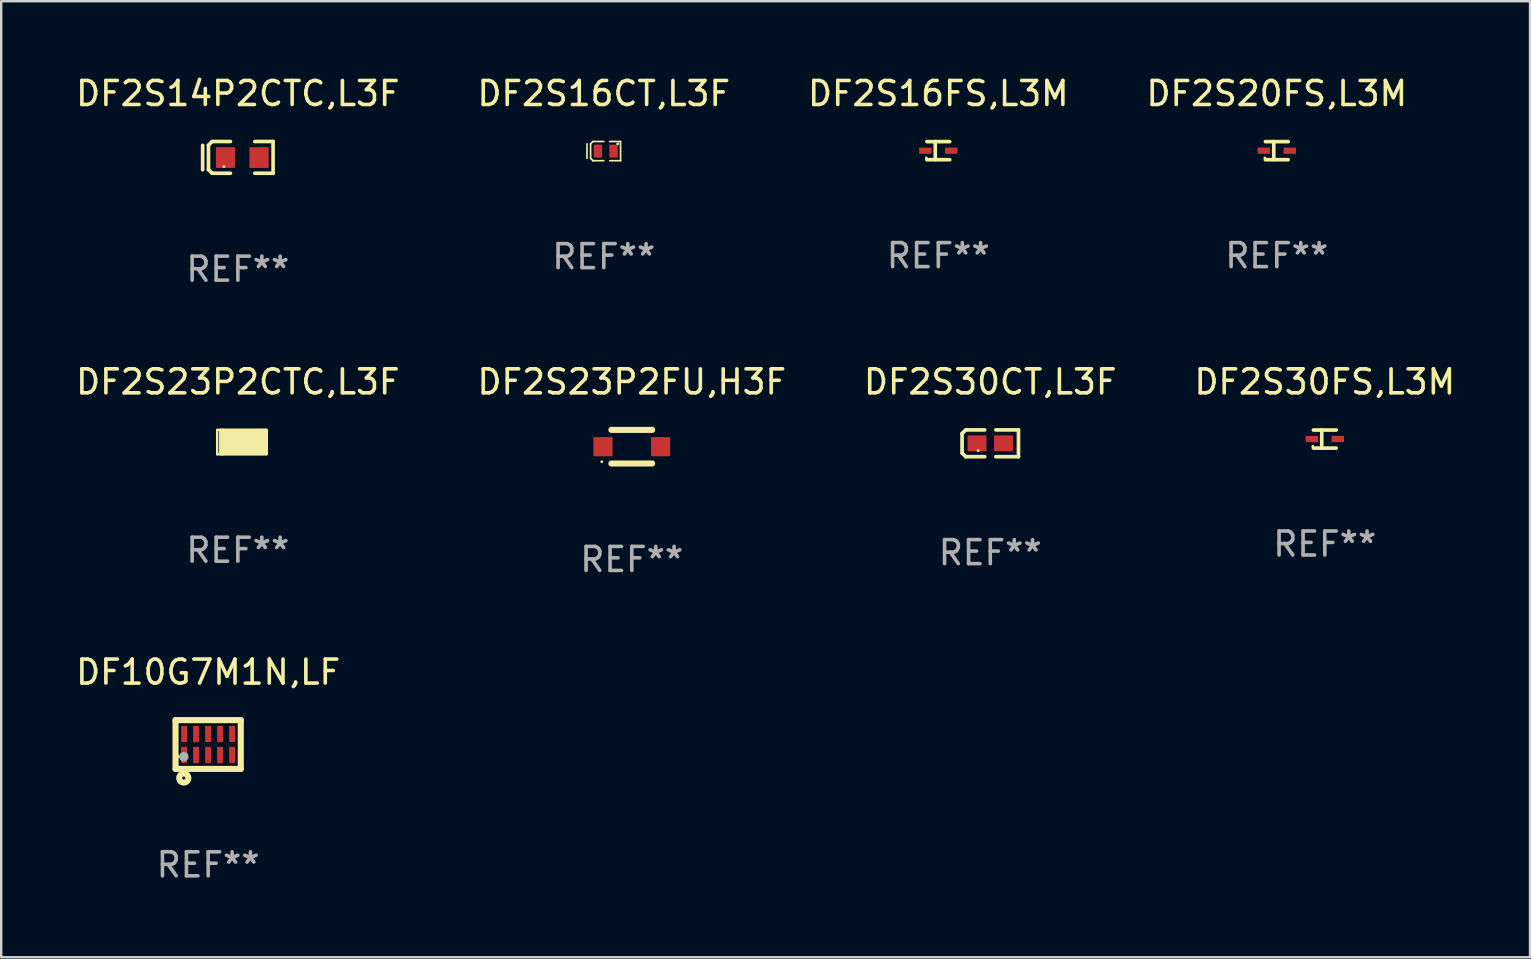
<source format=kicad_pcb>
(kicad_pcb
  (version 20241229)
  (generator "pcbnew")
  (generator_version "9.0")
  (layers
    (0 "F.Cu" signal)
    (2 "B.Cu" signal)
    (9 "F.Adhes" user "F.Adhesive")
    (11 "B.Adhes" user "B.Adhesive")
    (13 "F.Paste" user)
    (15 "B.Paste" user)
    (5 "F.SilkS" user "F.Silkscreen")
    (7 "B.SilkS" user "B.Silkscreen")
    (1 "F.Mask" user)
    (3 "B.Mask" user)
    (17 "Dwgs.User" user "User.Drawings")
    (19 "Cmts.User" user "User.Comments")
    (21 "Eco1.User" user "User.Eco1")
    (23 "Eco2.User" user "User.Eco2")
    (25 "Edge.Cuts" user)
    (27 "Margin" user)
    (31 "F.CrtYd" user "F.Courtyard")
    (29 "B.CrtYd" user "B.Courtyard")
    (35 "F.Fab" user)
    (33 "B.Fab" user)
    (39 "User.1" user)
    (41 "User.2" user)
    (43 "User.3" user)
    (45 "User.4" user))
  (footprint "DF2S23P2FU,H3F"
    (layer "F.Cu")
    (at 23.28 15.566)
    (property "Reference" "DF2S23P2FU,H3F" (at 0 -2.7 0) (layer "F.SilkS") (effects (font (size 1 1) (thickness 0.15))))
    (attr through_hole)
    (fp_line (start -0.85 -0.7) (end 0.85 -0.7) (stroke (width 0.254) (type solid)) (layer "F.SilkS"))
    (fp_line (start -0.85 0.7) (end 0.85 0.7) (stroke (width 0.254) (type solid)) (layer "F.SilkS"))
    (fp_circle (center -1.25 0.625) (end -1.22 0.625) (stroke (width 0.06) (type solid)) (fill no) (layer "F.SilkS"))
    (fp_text user "REF**" (at 0 4.7 0) (layer "F.Fab") (effects (font (size 1 1) (thickness 0.15))))
    (pad "1" smd rect (at -1.2 0) (size 0.8 0.8) (layers "F.Cu" "F.Mask" "F.Paste"))
    (pad "2" smd rect (at 1.2 0) (size 0.8 0.8) (layers "F.Cu" "F.Mask" "F.Paste")))
  (footprint "DF2S14P2CTC,L3F"
    (layer "F.Cu")
    (at 6.863 3.509)
    (property "Reference" "DF2S14P2CTC,L3F" (at 0 -2.661 0) (layer "F.SilkS") (effects (font (size 1 1) (thickness 0.15))))
    (attr through_hole)
    (fp_line (start -1.468 -0.501) (end -1.468 0.515) (stroke (width 0.152) (type solid)) (layer "F.SilkS"))
    (fp_line (start -1.225 -0.508) (end -1.072 -0.661) (stroke (width 0.152) (type solid)) (layer "F.SilkS"))
    (fp_line (start -1.225 0.508) (end -1.225 -0.508) (stroke (width 0.152) (type solid)) (layer "F.SilkS"))
    (fp_line (start -1.072 -0.661) (end -0.31 -0.661) (stroke (width 0.152) (type solid)) (layer "F.SilkS"))
    (fp_line (start -1.072 0.661) (end -1.225 0.508) (stroke (width 0.152) (type solid)) (layer "F.SilkS"))
    (fp_line (start -1.072 0.661) (end -0.31 0.661) (stroke (width 0.152) (type solid)) (layer "F.SilkS"))
    (fp_line (start 1.468 -0.661) (end 0.706 -0.661) (stroke (width 0.152) (type solid)) (layer "F.SilkS"))
    (fp_line (start 1.468 -0.661) (end 1.468 0.661) (stroke (width 0.152) (type solid)) (layer "F.SilkS"))
    (fp_line (start 1.468 0.661) (end 0.706 0.661) (stroke (width 0.152) (type solid)) (layer "F.SilkS"))
    (fp_circle (center -0.579 0.388) (end -0.549 0.388) (stroke (width 0.06) (type solid)) (fill no) (layer "F.SilkS"))
    (fp_text user "REF**" (at 0 4.661 0) (layer "F.Fab") (effects (font (size 1 1) (thickness 0.15))))
    (pad "1" smd rect (at -0.517 0.007) (size 0.8 0.864) (layers "F.Cu" "F.Mask" "F.Paste"))
    (pad "2" smd rect (at 0.883 0.007) (size 0.8 0.864) (layers "F.Cu" "F.Mask" "F.Paste")))
  (footprint "DF2S20FS,L3M"
    (layer "F.Cu")
    (at 50.161 3.227)
    (property "Reference" "DF2S20FS,L3M" (at 0 -2.379 0) (layer "F.SilkS") (effects (font (size 1 1) (thickness 0.15))))
    (attr through_hole)
    (fp_line (start -0.476 -0.374) (end 0.476 -0.374) (stroke (width 0.152) (type solid)) (layer "F.SilkS"))
    (fp_line (start -0.476 0.379) (end 0.476 0.379) (stroke (width 0.152) (type solid)) (layer "F.SilkS"))
    (fp_line (start -0.127 -0.379) (end -0.127 0.374) (stroke (width 0.152) (type solid)) (layer "F.SilkS"))
    (fp_circle (center -0.5 0.302) (end -0.47 0.302) (stroke (width 0.06) (type solid)) (fill no) (layer "F.SilkS"))
    (fp_text user "REF**" (at 0 4.379 0) (layer "F.Fab") (effects (font (size 1 1) (thickness 0.15))))
    (pad "1" smd rect (at -0.54 0.002 180) (size 0.52 0.26) (layers "F.Cu" "F.Mask" "F.Paste"))
    (pad "2" smd rect (at 0.54 0.002 180) (size 0.52 0.26) (layers "F.Cu" "F.Mask" "F.Paste")))
  (footprint "DF2S16CT,L3F"
    (layer "F.Cu")
    (at 22.113 3.248)
    (property "Reference" "DF2S16CT,L3F" (at 0 -2.4 0) (layer "F.SilkS") (effects (font (size 1 1) (thickness 0.15))))
    (attr through_hole)
    (fp_line (start -0.7 -0.3) (end -0.7 0.3) (stroke (width 0.07) (type solid)) (layer "F.SilkS"))
    (fp_line (start -0.55 -0.301) (end -0.55 0.299) (stroke (width 0.07) (type solid)) (layer "F.SilkS"))
    (fp_line (start -0.451 -0.4) (end -0.55 -0.301) (stroke (width 0.07) (type solid)) (layer "F.SilkS"))
    (fp_line (start -0.45 0.399) (end -0.55 0.299) (stroke (width 0.07) (type solid)) (layer "F.SilkS"))
    (fp_line (start -0.45 0.4) (end -0.45 0.399) (stroke (width 0.07) (type solid)) (layer "F.SilkS"))
    (fp_line (start 0.000038 0.4) (end -0.45 0.4) (stroke (width 0.07) (type solid)) (layer "F.SilkS"))
    (fp_line (start 0.001 -0.4) (end -0.451 -0.4) (stroke (width 0.07) (type solid)) (layer "F.SilkS"))
    (fp_line (start 0.699 -0.4) (end 0.25 -0.4) (stroke (width 0.07) (type solid)) (layer "F.SilkS"))
    (fp_line (start 0.7 0.4) (end 0.25 0.4) (stroke (width 0.07) (type solid)) (layer "F.SilkS"))
    (fp_line (start 0.7 0.4) (end 0.699 -0.4) (stroke (width 0.07) (type solid)) (layer "F.SilkS"))
    (fp_circle (center 0.58 -0.3) (end 0.61 -0.3) (stroke (width 0.06) (type solid)) (fill no) (layer "F.SilkS"))
    (fp_text user "REF**" (at 0 4.4 0) (layer "F.Fab") (effects (font (size 1 1) (thickness 0.15))))
    (pad "1" smd rect (at 0.405 -0.000368 180) (size 0.349 0.54) (layers "F.Cu" "F.Mask" "F.Paste"))
    (pad "2" smd rect (at -0.245 -0.000368 180) (size 0.349 0.54) (layers "F.Cu" "F.Mask" "F.Paste")))
  (footprint "DF2S16FS,L3M"
    (layer "F.Cu")
    (at 36.054 3.227)
    (property "Reference" "DF2S16FS,L3M" (at 0 -2.379 0) (layer "F.SilkS") (effects (font (size 1 1) (thickness 0.15))))
    (attr through_hole)
    (fp_line (start -0.476 -0.374) (end 0.476 -0.374) (stroke (width 0.152) (type solid)) (layer "F.SilkS"))
    (fp_line (start -0.476 0.379) (end 0.476 0.379) (stroke (width 0.152) (type solid)) (layer "F.SilkS"))
    (fp_line (start -0.127 -0.379) (end -0.127 0.374) (stroke (width 0.152) (type solid)) (layer "F.SilkS"))
    (fp_circle (center -0.5 0.302) (end -0.47 0.302) (stroke (width 0.06) (type solid)) (fill no) (layer "F.SilkS"))
    (fp_text user "REF**" (at 0 4.379 0) (layer "F.Fab") (effects (font (size 1 1) (thickness 0.15))))
    (pad "1" smd rect (at -0.54 0.002 180) (size 0.52 0.26) (layers "F.Cu" "F.Mask" "F.Paste"))
    (pad "2" smd rect (at 0.54 0.002 180) (size 0.52 0.26) (layers "F.Cu" "F.Mask" "F.Paste")))
  (footprint "DF10G7M1N,LF"
    (layer "F.Cu")
    (at 5.625 27.978)
    (property "Reference" "DF10G7M1N,LF" (at 0 -3.016 0) (layer "F.SilkS") (effects (font (size 1 1) (thickness 0.15))))
    (attr through_hole)
    (fp_line (start -1.36 1.016) (end 1.36 1.016) (stroke (width 0.254) (type solid)) (layer "F.SilkS"))
    (fp_line (start -1.36 -1.016) (end -1.36 1.016) (stroke (width 0.254) (type solid)) (layer "F.SilkS"))
    (fp_line (start -1.36 -1.016) (end 1.36 -1.016) (stroke (width 0.254) (type solid)) (layer "F.SilkS"))
    (fp_line (start 1.36 -1.016) (end 1.36 1.016) (stroke (width 0.254) (type solid)) (layer "F.SilkS"))
    (fp_circle (center -1.25 0.5) (end -1.22 0.5) (stroke (width 0.06) (type solid)) (fill no) (layer "F.SilkS"))
    (fp_circle (center -1.016 1.397) (end -0.953 1.397) (stroke (width 0.254) (type solid)) (fill no) (layer "F.SilkS"))
    (fp_circle (center -1.016 0.508) (end -0.916 0.508) (stroke (width 0.2) (type solid)) (fill no) (layer "F.Fab"))
    (fp_text user "REF**" (at 0 5.016 0) (layer "F.Fab") (effects (font (size 1 1) (thickness 0.15))))
    (pad "1" smd rect (at -1 0.435) (size 0.25 0.68) (layers "F.Cu" "F.Mask" "F.Paste"))
    (pad "2" smd rect (at -0.5 0.435) (size 0.25 0.68) (layers "F.Cu" "F.Mask" "F.Paste"))
    (pad "3" smd rect (at 0 0.435) (size 0.25 0.68) (layers "F.Cu" "F.Mask" "F.Paste"))
    (pad "4" smd rect (at 0.5 0.435) (size 0.25 0.68) (layers "F.Cu" "F.Mask" "F.Paste"))
    (pad "5" smd rect (at 1 0.435) (size 0.25 0.68) (layers "F.Cu" "F.Mask" "F.Paste"))
    (pad "6" smd rect (at 1 -0.435) (size 0.25 0.68) (layers "F.Cu" "F.Mask" "F.Paste"))
    (pad "7" smd rect (at 0.5 -0.435) (size 0.25 0.68) (layers "F.Cu" "F.Mask" "F.Paste"))
    (pad "8" smd rect (at 0 -0.435) (size 0.25 0.68) (layers "F.Cu" "F.Mask" "F.Paste"))
    (pad "9" smd rect (at -0.5 -0.435) (size 0.25 0.68) (layers "F.Cu" "F.Mask" "F.Paste"))
    (pad "10" smd rect (at -1 -0.435) (size 0.25 0.68) (layers "F.Cu" "F.Mask" "F.Paste")))
  (footprint "DF2S30CT,L3F"
    (layer "F.Cu")
    (at 38.22 15.425)
    (property "Reference" "DF2S30CT,L3F" (at 0 -2.559 0) (layer "F.SilkS") (effects (font (size 1 1) (thickness 0.15))))
    (attr through_hole)
    (fp_line (start -1.175 -0.407) (end -1.023 -0.559) (stroke (width 0.152) (type solid)) (layer "F.SilkS"))
    (fp_line (start -1.175 0.407) (end -1.175 -0.407) (stroke (width 0.152) (type solid)) (layer "F.SilkS"))
    (fp_line (start -1.023 -0.559) (end -0.232 -0.559) (stroke (width 0.152) (type solid)) (layer "F.SilkS"))
    (fp_line (start -1.023 0.559) (end -1.175 0.407) (stroke (width 0.152) (type solid)) (layer "F.SilkS"))
    (fp_line (start -0.232 0.559) (end -1.023 0.559) (stroke (width 0.152) (type solid)) (layer "F.SilkS"))
    (fp_line (start 0.232 0.559) (end 1.175 0.559) (stroke (width 0.152) (type solid)) (layer "F.SilkS"))
    (fp_line (start 1.175 -0.559) (end 0.232 -0.559) (stroke (width 0.152) (type solid)) (layer "F.SilkS"))
    (fp_line (start 1.175 0.559) (end 1.175 -0.559) (stroke (width 0.152) (type solid)) (layer "F.SilkS"))
    (fp_circle (center -0.506 0.306) (end -0.476 0.306) (stroke (width 0.06) (type solid)) (fill no) (layer "F.SilkS"))
    (fp_text user "REF**" (at 0 4.559 0) (layer "F.Fab") (effects (font (size 1 1) (thickness 0.15))))
    (pad "1" smd rect (at -0.551 0) (size 0.79 0.661) (layers "F.Cu" "F.Mask" "F.Paste"))
    (pad "2" smd rect (at 0.551 0) (size 0.79 0.661) (layers "F.Cu" "F.Mask" "F.Paste")))
  (footprint "DF2S30FS,L3M"
    (layer "F.Cu")
    (at 52.161 15.245)
    (property "Reference" "DF2S30FS,L3M" (at 0 -2.379 0) (layer "F.SilkS") (effects (font (size 1 1) (thickness 0.15))))
    (attr through_hole)
    (fp_line (start -0.476 -0.374) (end 0.476 -0.374) (stroke (width 0.152) (type solid)) (layer "F.SilkS"))
    (fp_line (start -0.476 0.379) (end 0.476 0.379) (stroke (width 0.152) (type solid)) (layer "F.SilkS"))
    (fp_line (start -0.127 -0.379) (end -0.127 0.374) (stroke (width 0.152) (type solid)) (layer "F.SilkS"))
    (fp_circle (center -0.5 0.302) (end -0.47 0.302) (stroke (width 0.06) (type solid)) (fill no) (layer "F.SilkS"))
    (fp_text user "REF**" (at 0 4.379 0) (layer "F.Fab") (effects (font (size 1 1) (thickness 0.15))))
    (pad "1" smd rect (at -0.54 0.002 180) (size 0.52 0.26) (layers "F.Cu" "F.Mask" "F.Paste"))
    (pad "2" smd rect (at 0.54 0.002 180) (size 0.52 0.26) (layers "F.Cu" "F.Mask" "F.Paste")))
  (footprint "DF2S23P2CTC,L3F"
    (layer "F.Cu")
    (at 6.863 15.374)
    (property "Reference" "DF2S23P2CTC,L3F" (at 0 -2.508 0) (layer "F.SilkS") (effects (font (size 1 1) (thickness 0.15))))
    (attr through_hole)
    (fp_line (start -0.862 -0.508) (end -0.862 0.508) (stroke (width 0.1) (type solid)) (layer "F.SilkS"))
    (fp_line (start -0.862 0.508) (end -0.629 0.508) (stroke (width 0.1) (type solid)) (layer "F.SilkS"))
    (fp_line (start -0.629 -0.508) (end -0.862 -0.508) (stroke (width 0.1) (type solid)) (layer "F.SilkS"))
    (fp_circle (center -0.513 0.412) (end -0.483 0.412) (stroke (width 0.06) (type solid)) (fill no) (layer "F.SilkS"))
    (fp_poly (pts (xy -0.723 -0.508) (xy 1.197 -0.508) (xy 1.197 0.502) (xy -0.723 0.502)) (stroke (width 0.12) (type solid)) (fill yes) (layer "F.SilkS"))
    (fp_text user "REF**" (at 0 4.508 0) (layer "F.Fab") (effects (font (size 1 1) (thickness 0.15))))
    (pad "1" smd rect (at -0.088 0.012) (size 1 0.8) (layers "F.Cu" "F.Mask" "F.Paste"))
    (pad "2" smd rect (at 0.862 0.012) (size 0.45 0.8) (layers "F.Cu" "F.Mask" "F.Paste")))
  (gr_rect
    (start -3 -3)
    (end 60.714 36.843)
    (stroke (width 0.1) (type default))
    (fill no)
    (layer "Edge.Cuts")))
</source>
